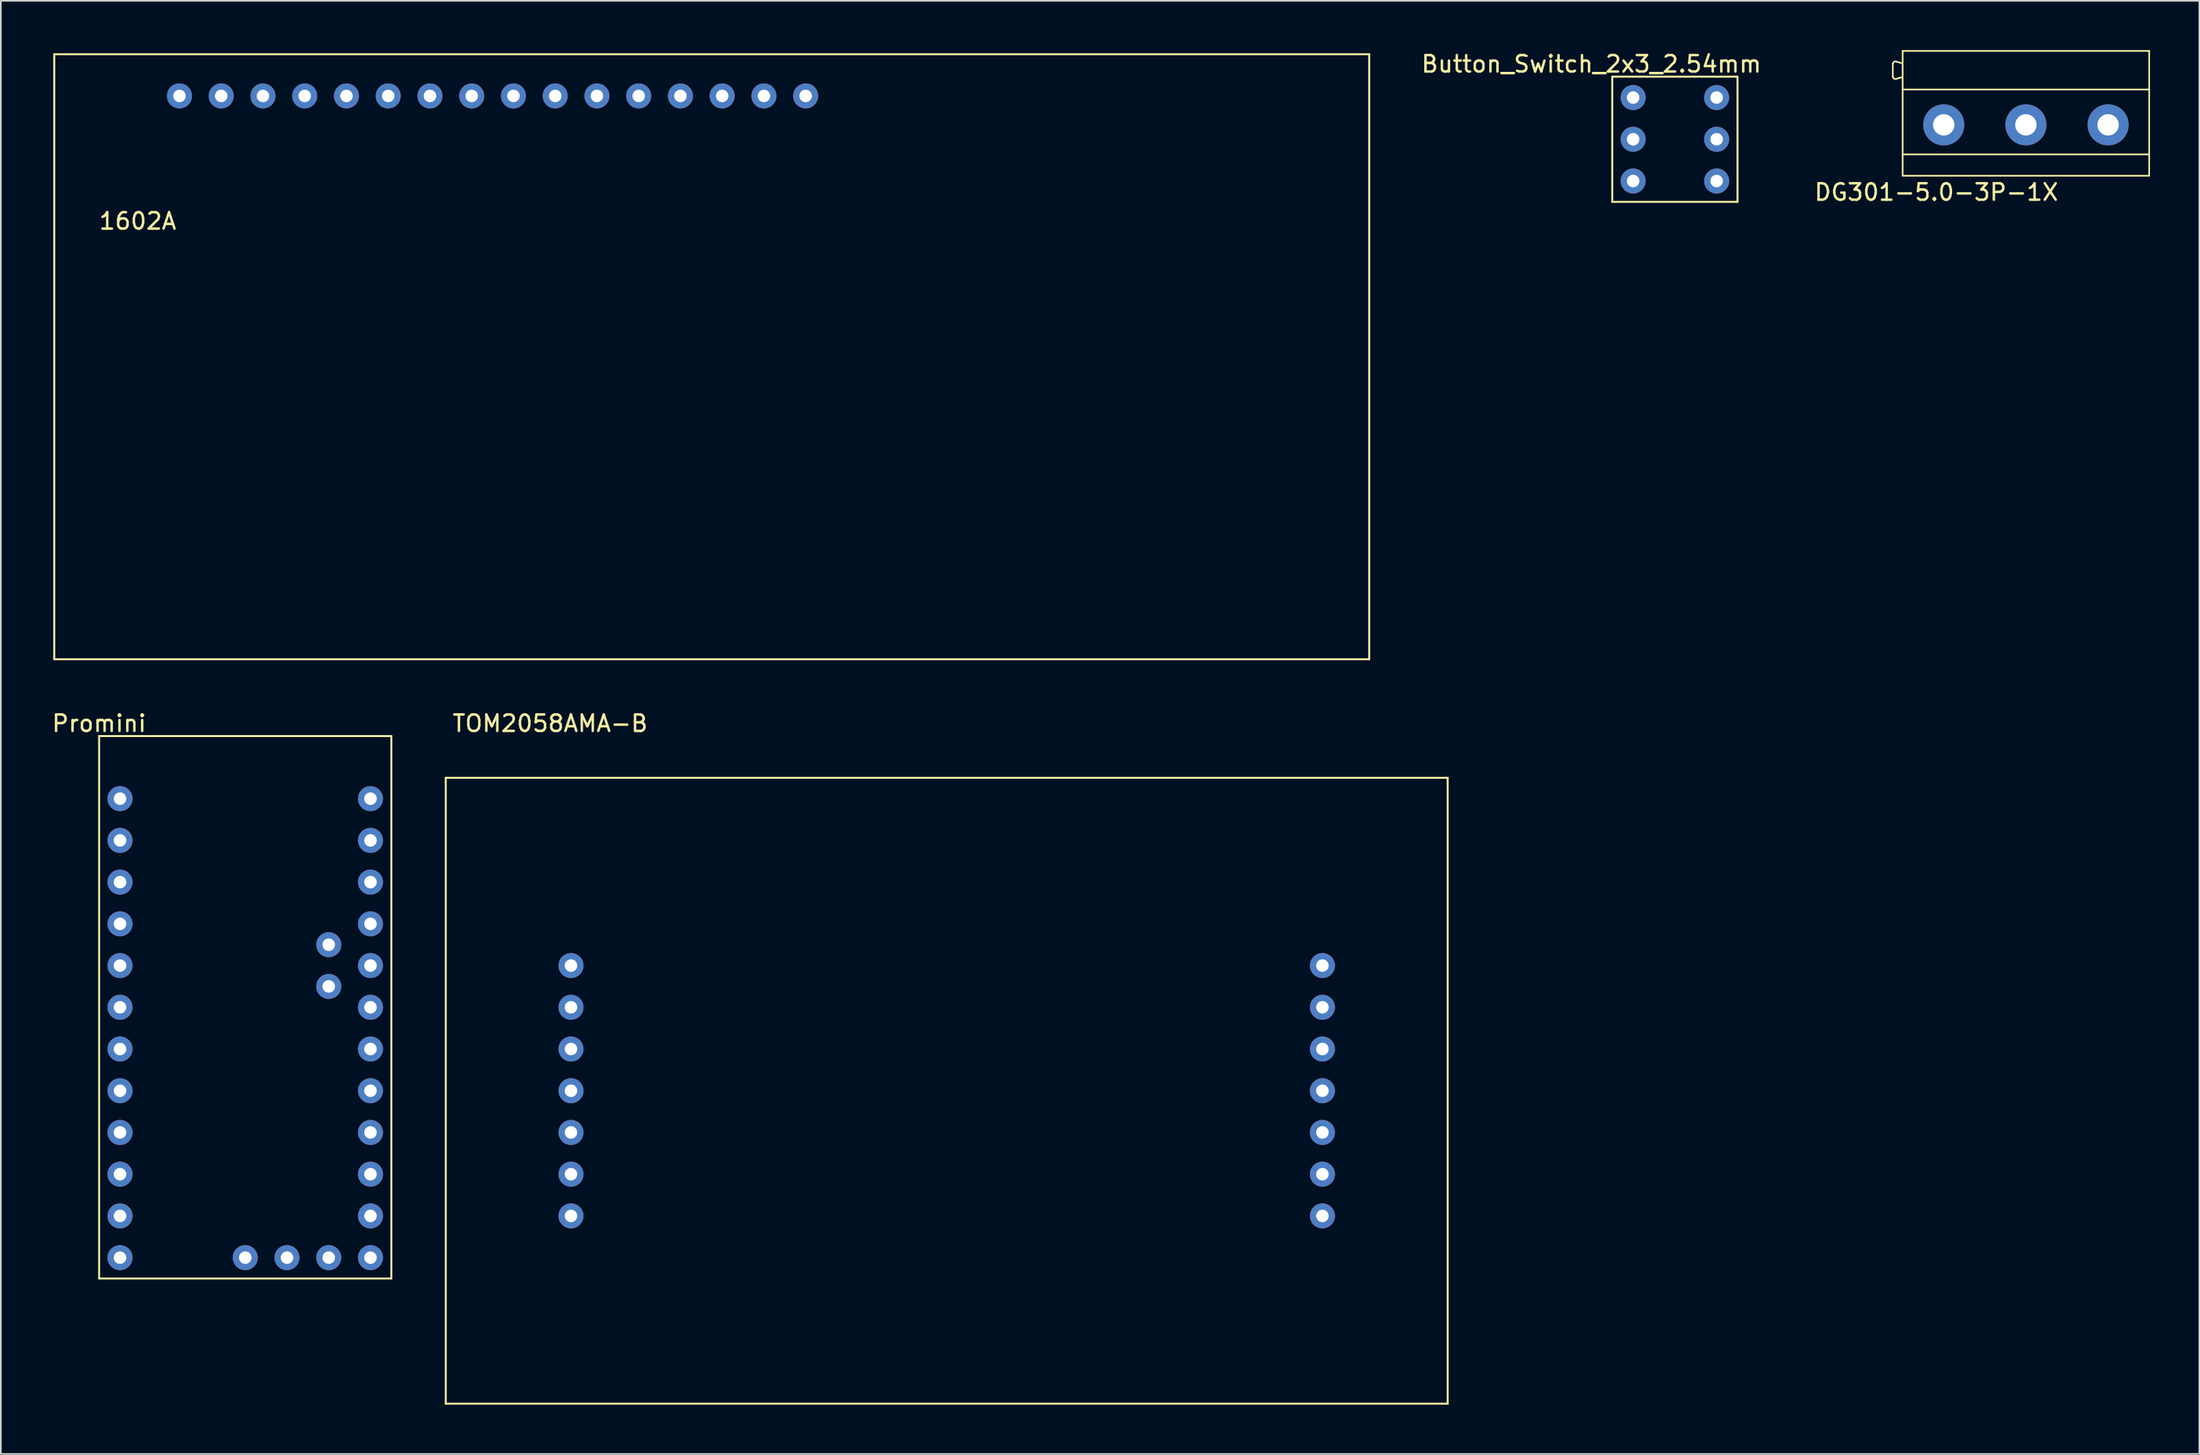
<source format=kicad_pcb>
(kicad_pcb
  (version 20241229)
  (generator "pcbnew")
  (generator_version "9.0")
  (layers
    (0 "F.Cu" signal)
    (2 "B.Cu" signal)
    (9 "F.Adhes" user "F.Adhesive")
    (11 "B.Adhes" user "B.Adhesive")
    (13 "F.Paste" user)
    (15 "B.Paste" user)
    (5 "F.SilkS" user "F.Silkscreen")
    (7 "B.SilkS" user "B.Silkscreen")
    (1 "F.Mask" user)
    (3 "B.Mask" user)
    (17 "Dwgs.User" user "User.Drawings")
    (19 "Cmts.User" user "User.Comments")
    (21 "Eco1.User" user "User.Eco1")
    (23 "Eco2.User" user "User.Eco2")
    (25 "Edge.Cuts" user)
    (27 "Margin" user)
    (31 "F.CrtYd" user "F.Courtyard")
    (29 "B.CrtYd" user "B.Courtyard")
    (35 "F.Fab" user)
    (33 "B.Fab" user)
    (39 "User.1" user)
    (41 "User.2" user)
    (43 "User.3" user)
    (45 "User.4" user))
  (footprint "Button_Switch_2x3_2.54mm"
    (layer "F.Cu")
    (at 93.778 0.348)
    (property "Reference" "Button_Switch_2x3_2.54mm" (at 0 0.5 0) (layer "F.SilkS") (effects (font (size 1 1) (thickness 0.15))))
    (attr through_hole)
    (fp_line (start 1.27 1.27) (end 8.89 1.27) (stroke (width 0.12) (type solid)) (layer "F.SilkS"))
    (fp_line (start 1.27 8.89) (end 1.27 1.27) (stroke (width 0.12) (type solid)) (layer "F.SilkS"))
    (fp_line (start 8.89 1.27) (end 8.89 8.89) (stroke (width 0.12) (type solid)) (layer "F.SilkS"))
    (fp_line (start 8.89 8.89) (end 1.27 8.89) (stroke (width 0.12) (type solid)) (layer "F.SilkS"))
    (pad "1" thru_hole circle (at 2.54 2.54) (size 1.524 1.524) (drill 0.762) (layers "*.Cu" "*.Mask"))
    (pad "1" thru_hole circle (at 7.62 2.54) (size 1.524 1.524) (drill 0.762) (layers "*.Cu" "*.Mask"))
    (pad "2" thru_hole circle (at 2.54 5.08) (size 1.524 1.524) (drill 0.762) (layers "*.Cu" "*.Mask"))
    (pad "2" thru_hole circle (at 7.62 5.08) (size 1.524 1.524) (drill 0.762) (layers "*.Cu" "*.Mask"))
    (pad "3" thru_hole circle (at 2.54 7.62) (size 1.524 1.524) (drill 0.762) (layers "*.Cu" "*.Mask"))
    (pad "3" thru_hole circle (at 7.62 7.62) (size 1.524 1.524) (drill 0.762) (layers "*.Cu" "*.Mask")))
  (footprint "TOM2058AMA-B"
    (layer "F.Cu")
    (at 24.072 44.298)
    (property "Reference" "TOM2058AMA-B" (at 6.35 -3.31 0) (layer "F.SilkS") (effects (font (size 1 1) (thickness 0.15))))
    (attr through_hole)
    (fp_line (start 0 0) (end 60.96 0) (stroke (width 0.12) (type solid)) (layer "F.SilkS"))
    (fp_line (start 0 38.1) (end 0 0) (stroke (width 0.12) (type solid)) (layer "F.SilkS"))
    (fp_line (start 60.96 0) (end 60.96 38.1) (stroke (width 0.12) (type solid)) (layer "F.SilkS"))
    (fp_line (start 60.96 38.1) (end 0 38.1) (stroke (width 0.12) (type solid)) (layer "F.SilkS"))
    (pad "1" thru_hole circle (at 7.62 11.43) (size 1.524 1.524) (drill 0.762) (layers "*.Cu" "*.Mask"))
    (pad "2" thru_hole circle (at 7.62 13.97) (size 1.524 1.524) (drill 0.762) (layers "*.Cu" "*.Mask"))
    (pad "3" thru_hole circle (at 7.62 16.51) (size 1.524 1.524) (drill 0.762) (layers "*.Cu" "*.Mask"))
    (pad "4" thru_hole circle (at 7.62 19.05) (size 1.524 1.524) (drill 0.762) (layers "*.Cu" "*.Mask"))
    (pad "5" thru_hole circle (at 7.62 21.59) (size 1.524 1.524) (drill 0.762) (layers "*.Cu" "*.Mask"))
    (pad "6" thru_hole circle (at 7.62 24.13) (size 1.524 1.524) (drill 0.762) (layers "*.Cu" "*.Mask"))
    (pad "7" thru_hole circle (at 7.62 26.67) (size 1.524 1.524) (drill 0.762) (layers "*.Cu" "*.Mask"))
    (pad "8" thru_hole circle (at 53.34 26.67) (size 1.524 1.524) (drill 0.762) (layers "*.Cu" "*.Mask"))
    (pad "9" thru_hole circle (at 53.34 24.13) (size 1.524 1.524) (drill 0.762) (layers "*.Cu" "*.Mask"))
    (pad "10" thru_hole circle (at 53.34 21.59) (size 1.524 1.524) (drill 0.762) (layers "*.Cu" "*.Mask"))
    (pad "11" thru_hole circle (at 53.34 19.05) (size 1.524 1.524) (drill 0.762) (layers "*.Cu" "*.Mask"))
    (pad "12" thru_hole circle (at 53.34 16.51) (size 1.524 1.524) (drill 0.762) (layers "*.Cu" "*.Mask"))
    (pad "13" thru_hole circle (at 53.34 13.97) (size 1.524 1.524) (drill 0.762) (layers "*.Cu" "*.Mask"))
    (pad "14" thru_hole circle (at 53.34 11.43) (size 1.524 1.524) (drill 0.762) (layers "*.Cu" "*.Mask")))
  (footprint "DG301-5.0-3P-1X"
    (layer "F.Cu")
    (at 117.716 4.55)
    (property "Reference" "DG301-5.0-3P-1X" (at -2.95 4.1 0) (layer "F.SilkS") (effects (font (size 1 1) (thickness 0.15))))
    (attr through_hole)
    (fp_line (start -5.6 -3.7) (end -5.6 -2.95) (stroke (width 0.1) (type solid)) (layer "F.SilkS"))
    (fp_line (start -5.042 -3.75) (end -5.392 -3.85) (stroke (width 0.1) (type solid)) (layer "F.SilkS"))
    (fp_line (start -5.042 -2.9) (end -5.392 -2.8) (stroke (width 0.1) (type solid)) (layer "F.SilkS"))
    (fp_line (start -5 -4.5) (end -5 3.1) (stroke (width 0.1) (type solid)) (layer "F.SilkS"))
    (fp_line (start -5 -2.15) (end 10 -2.15) (stroke (width 0.1) (type solid)) (layer "F.SilkS"))
    (fp_line (start -5 1.8) (end 10.002 1.8) (stroke (width 0.1) (type solid)) (layer "F.SilkS"))
    (fp_line (start -5 3.1) (end 10 3.1) (stroke (width 0.1) (type solid)) (layer "F.SilkS"))
    (fp_line (start 10 -4.5) (end -5 -4.5) (stroke (width 0.1) (type solid)) (layer "F.SilkS"))
    (fp_line (start 10 3.1) (end 10 -4.5) (stroke (width 0.1) (type solid)) (layer "F.SilkS"))
    (fp_arc (start -5.6 -3.7) (mid -5.534338 -3.828268) (end -5.391888 -3.85) (stroke (width 0.1) (type solid)) (layer "F.SilkS"))
    (fp_arc (start -5.391888 -2.8) (mid -5.534338 -2.821732) (end -5.6 -2.95) (stroke (width 0.1) (type solid)) (layer "F.SilkS"))
    (pad "1" thru_hole circle (at -2.5 0) (size 2.5 2.5) (drill 1.3) (layers "*.Cu" "*.Mask"))
    (pad "2" thru_hole circle (at 2.5 0) (size 2.5 2.5) (drill 1.3) (layers "*.Cu" "*.Mask"))
    (pad "3" thru_hole circle (at 7.5 0) (size 2.5 2.5) (drill 1.3) (layers "*.Cu" "*.Mask")))
  (footprint "Promini"
    (layer "F.Cu")
    (at 2.982 40.488)
    (property "Reference" "Promini" (at 0 0.5 0) (layer "F.SilkS") (effects (font (size 1 1) (thickness 0.15))))
    (attr through_hole)
    (fp_line (start 0 1.27) (end 0 34.29) (stroke (width 0.12) (type solid)) (layer "F.SilkS"))
    (fp_line (start 0 34.29) (end 17.78 34.29) (stroke (width 0.12) (type solid)) (layer "F.SilkS"))
    (fp_line (start 17.78 1.27) (end 0 1.27) (stroke (width 0.12) (type solid)) (layer "F.SilkS"))
    (fp_line (start 17.78 1.27) (end 17.78 34.29) (stroke (width 0.12) (type solid)) (layer "F.SilkS"))
    (pad "1" thru_hole circle (at 1.27 5.08) (size 1.524 1.524) (drill 0.762) (layers "*.Cu" "*.Mask"))
    (pad "2" thru_hole circle (at 1.27 7.62) (size 1.524 1.524) (drill 0.762) (layers "*.Cu" "*.Mask"))
    (pad "3" thru_hole circle (at 1.27 10.16) (size 1.524 1.524) (drill 0.762) (layers "*.Cu" "*.Mask"))
    (pad "4" thru_hole circle (at 1.27 12.7) (size 1.524 1.524) (drill 0.762) (layers "*.Cu" "*.Mask"))
    (pad "5" thru_hole circle (at 1.27 15.24) (size 1.524 1.524) (drill 0.762) (layers "*.Cu" "*.Mask"))
    (pad "6" thru_hole circle (at 1.27 17.78) (size 1.524 1.524) (drill 0.762) (layers "*.Cu" "*.Mask"))
    (pad "7" thru_hole circle (at 1.27 20.32) (size 1.524 1.524) (drill 0.762) (layers "*.Cu" "*.Mask"))
    (pad "8" thru_hole circle (at 1.27 22.86) (size 1.524 1.524) (drill 0.762) (layers "*.Cu" "*.Mask"))
    (pad "9" thru_hole circle (at 1.27 25.4) (size 1.524 1.524) (drill 0.762) (layers "*.Cu" "*.Mask"))
    (pad "10" thru_hole circle (at 1.27 27.94) (size 1.524 1.524) (drill 0.762) (layers "*.Cu" "*.Mask"))
    (pad "11" thru_hole circle (at 1.27 30.48) (size 1.524 1.524) (drill 0.762) (layers "*.Cu" "*.Mask"))
    (pad "12" thru_hole circle (at 1.27 33.02) (size 1.524 1.524) (drill 0.762) (layers "*.Cu" "*.Mask"))
    (pad "13" thru_hole circle (at 8.89 33.02) (size 1.524 1.524) (drill 0.762) (layers "*.Cu" "*.Mask"))
    (pad "14" thru_hole circle (at 11.43 33.02) (size 1.524 1.524) (drill 0.762) (layers "*.Cu" "*.Mask"))
    (pad "15" thru_hole circle (at 13.97 33.02) (size 1.524 1.524) (drill 0.762) (layers "*.Cu" "*.Mask"))
    (pad "16" thru_hole circle (at 16.51 33.02) (size 1.524 1.524) (drill 0.762) (layers "*.Cu" "*.Mask"))
    (pad "17" thru_hole circle (at 16.51 30.48) (size 1.524 1.524) (drill 0.762) (layers "*.Cu" "*.Mask"))
    (pad "18" thru_hole circle (at 16.51 27.94) (size 1.524 1.524) (drill 0.762) (layers "*.Cu" "*.Mask"))
    (pad "19" thru_hole circle (at 16.51 25.4) (size 1.524 1.524) (drill 0.762) (layers "*.Cu" "*.Mask"))
    (pad "20" thru_hole circle (at 16.51 22.86) (size 1.524 1.524) (drill 0.762) (layers "*.Cu" "*.Mask"))
    (pad "21" thru_hole circle (at 16.51 20.32) (size 1.524 1.524) (drill 0.762) (layers "*.Cu" "*.Mask"))
    (pad "22" thru_hole circle (at 16.51 17.78) (size 1.524 1.524) (drill 0.762) (layers "*.Cu" "*.Mask"))
    (pad "23" thru_hole circle (at 16.51 15.24) (size 1.524 1.524) (drill 0.762) (layers "*.Cu" "*.Mask"))
    (pad "24" thru_hole circle (at 16.51 12.7) (size 1.524 1.524) (drill 0.762) (layers "*.Cu" "*.Mask"))
    (pad "25" thru_hole circle (at 16.51 10.16) (size 1.524 1.524) (drill 0.762) (layers "*.Cu" "*.Mask"))
    (pad "26" thru_hole circle (at 16.51 7.62) (size 1.524 1.524) (drill 0.762) (layers "*.Cu" "*.Mask"))
    (pad "27" thru_hole circle (at 16.51 5.08) (size 1.524 1.524) (drill 0.762) (layers "*.Cu" "*.Mask"))
    (pad "28" thru_hole circle (at 13.97 16.51) (size 1.524 1.524) (drill 0.762) (layers "*.Cu" "*.Mask"))
    (pad "29" thru_hole circle (at 13.97 13.97) (size 1.524 1.524) (drill 0.762) (layers "*.Cu" "*.Mask")))
  (footprint "1602A"
    (layer "F.Cu")
    (at 0.25 0.25)
    (property "Reference" "1602A" (at 5.08 10.16 0) (layer "F.SilkS") (effects (font (size 1 1) (thickness 0.15))))
    (attr through_hole)
    (fp_line (start 0 0) (end 80.01 0) (stroke (width 0.12) (type solid)) (layer "F.SilkS"))
    (fp_line (start 0 36.83) (end 0 0) (stroke (width 0.12) (type solid)) (layer "F.SilkS"))
    (fp_line (start 80.01 0) (end 80.01 36.83) (stroke (width 0.12) (type solid)) (layer "F.SilkS"))
    (fp_line (start 80.01 36.83) (end 0 36.83) (stroke (width 0.12) (type solid)) (layer "F.SilkS"))
    (pad "1" thru_hole circle (at 7.62 2.54) (size 1.524 1.524) (drill 0.762) (layers "*.Cu" "*.Mask"))
    (pad "2" thru_hole circle (at 10.16 2.54) (size 1.524 1.524) (drill 0.762) (layers "*.Cu" "*.Mask"))
    (pad "3" thru_hole circle (at 12.7 2.54) (size 1.524 1.524) (drill 0.762) (layers "*.Cu" "*.Mask"))
    (pad "4" thru_hole circle (at 15.24 2.54) (size 1.524 1.524) (drill 0.762) (layers "*.Cu" "*.Mask"))
    (pad "5" thru_hole circle (at 17.78 2.54) (size 1.524 1.524) (drill 0.762) (layers "*.Cu" "*.Mask"))
    (pad "6" thru_hole circle (at 20.32 2.54) (size 1.524 1.524) (drill 0.762) (layers "*.Cu" "*.Mask"))
    (pad "7" thru_hole circle (at 22.86 2.54) (size 1.524 1.524) (drill 0.762) (layers "*.Cu" "*.Mask"))
    (pad "8" thru_hole circle (at 25.4 2.54) (size 1.524 1.524) (drill 0.762) (layers "*.Cu" "*.Mask"))
    (pad "9" thru_hole circle (at 27.94 2.54) (size 1.524 1.524) (drill 0.762) (layers "*.Cu" "*.Mask"))
    (pad "10" thru_hole circle (at 30.48 2.54) (size 1.524 1.524) (drill 0.762) (layers "*.Cu" "*.Mask"))
    (pad "11" thru_hole circle (at 33.02 2.54) (size 1.524 1.524) (drill 0.762) (layers "*.Cu" "*.Mask"))
    (pad "12" thru_hole circle (at 35.56 2.54) (size 1.524 1.524) (drill 0.762) (layers "*.Cu" "*.Mask"))
    (pad "13" thru_hole circle (at 38.1 2.54) (size 1.524 1.524) (drill 0.762) (layers "*.Cu" "*.Mask"))
    (pad "14" thru_hole circle (at 40.64 2.54) (size 1.524 1.524) (drill 0.762) (layers "*.Cu" "*.Mask"))
    (pad "15" thru_hole circle (at 43.18 2.54) (size 1.524 1.524) (drill 0.762) (layers "*.Cu" "*.Mask"))
    (pad "16" thru_hole circle (at 45.72 2.54) (size 1.524 1.524) (drill 0.762) (layers "*.Cu" "*.Mask")))
  (gr_rect
    (start -3 -3)
    (end 130.769 85.458)
    (stroke (width 0.1) (type default))
    (fill no)
    (layer "Edge.Cuts")))
</source>
